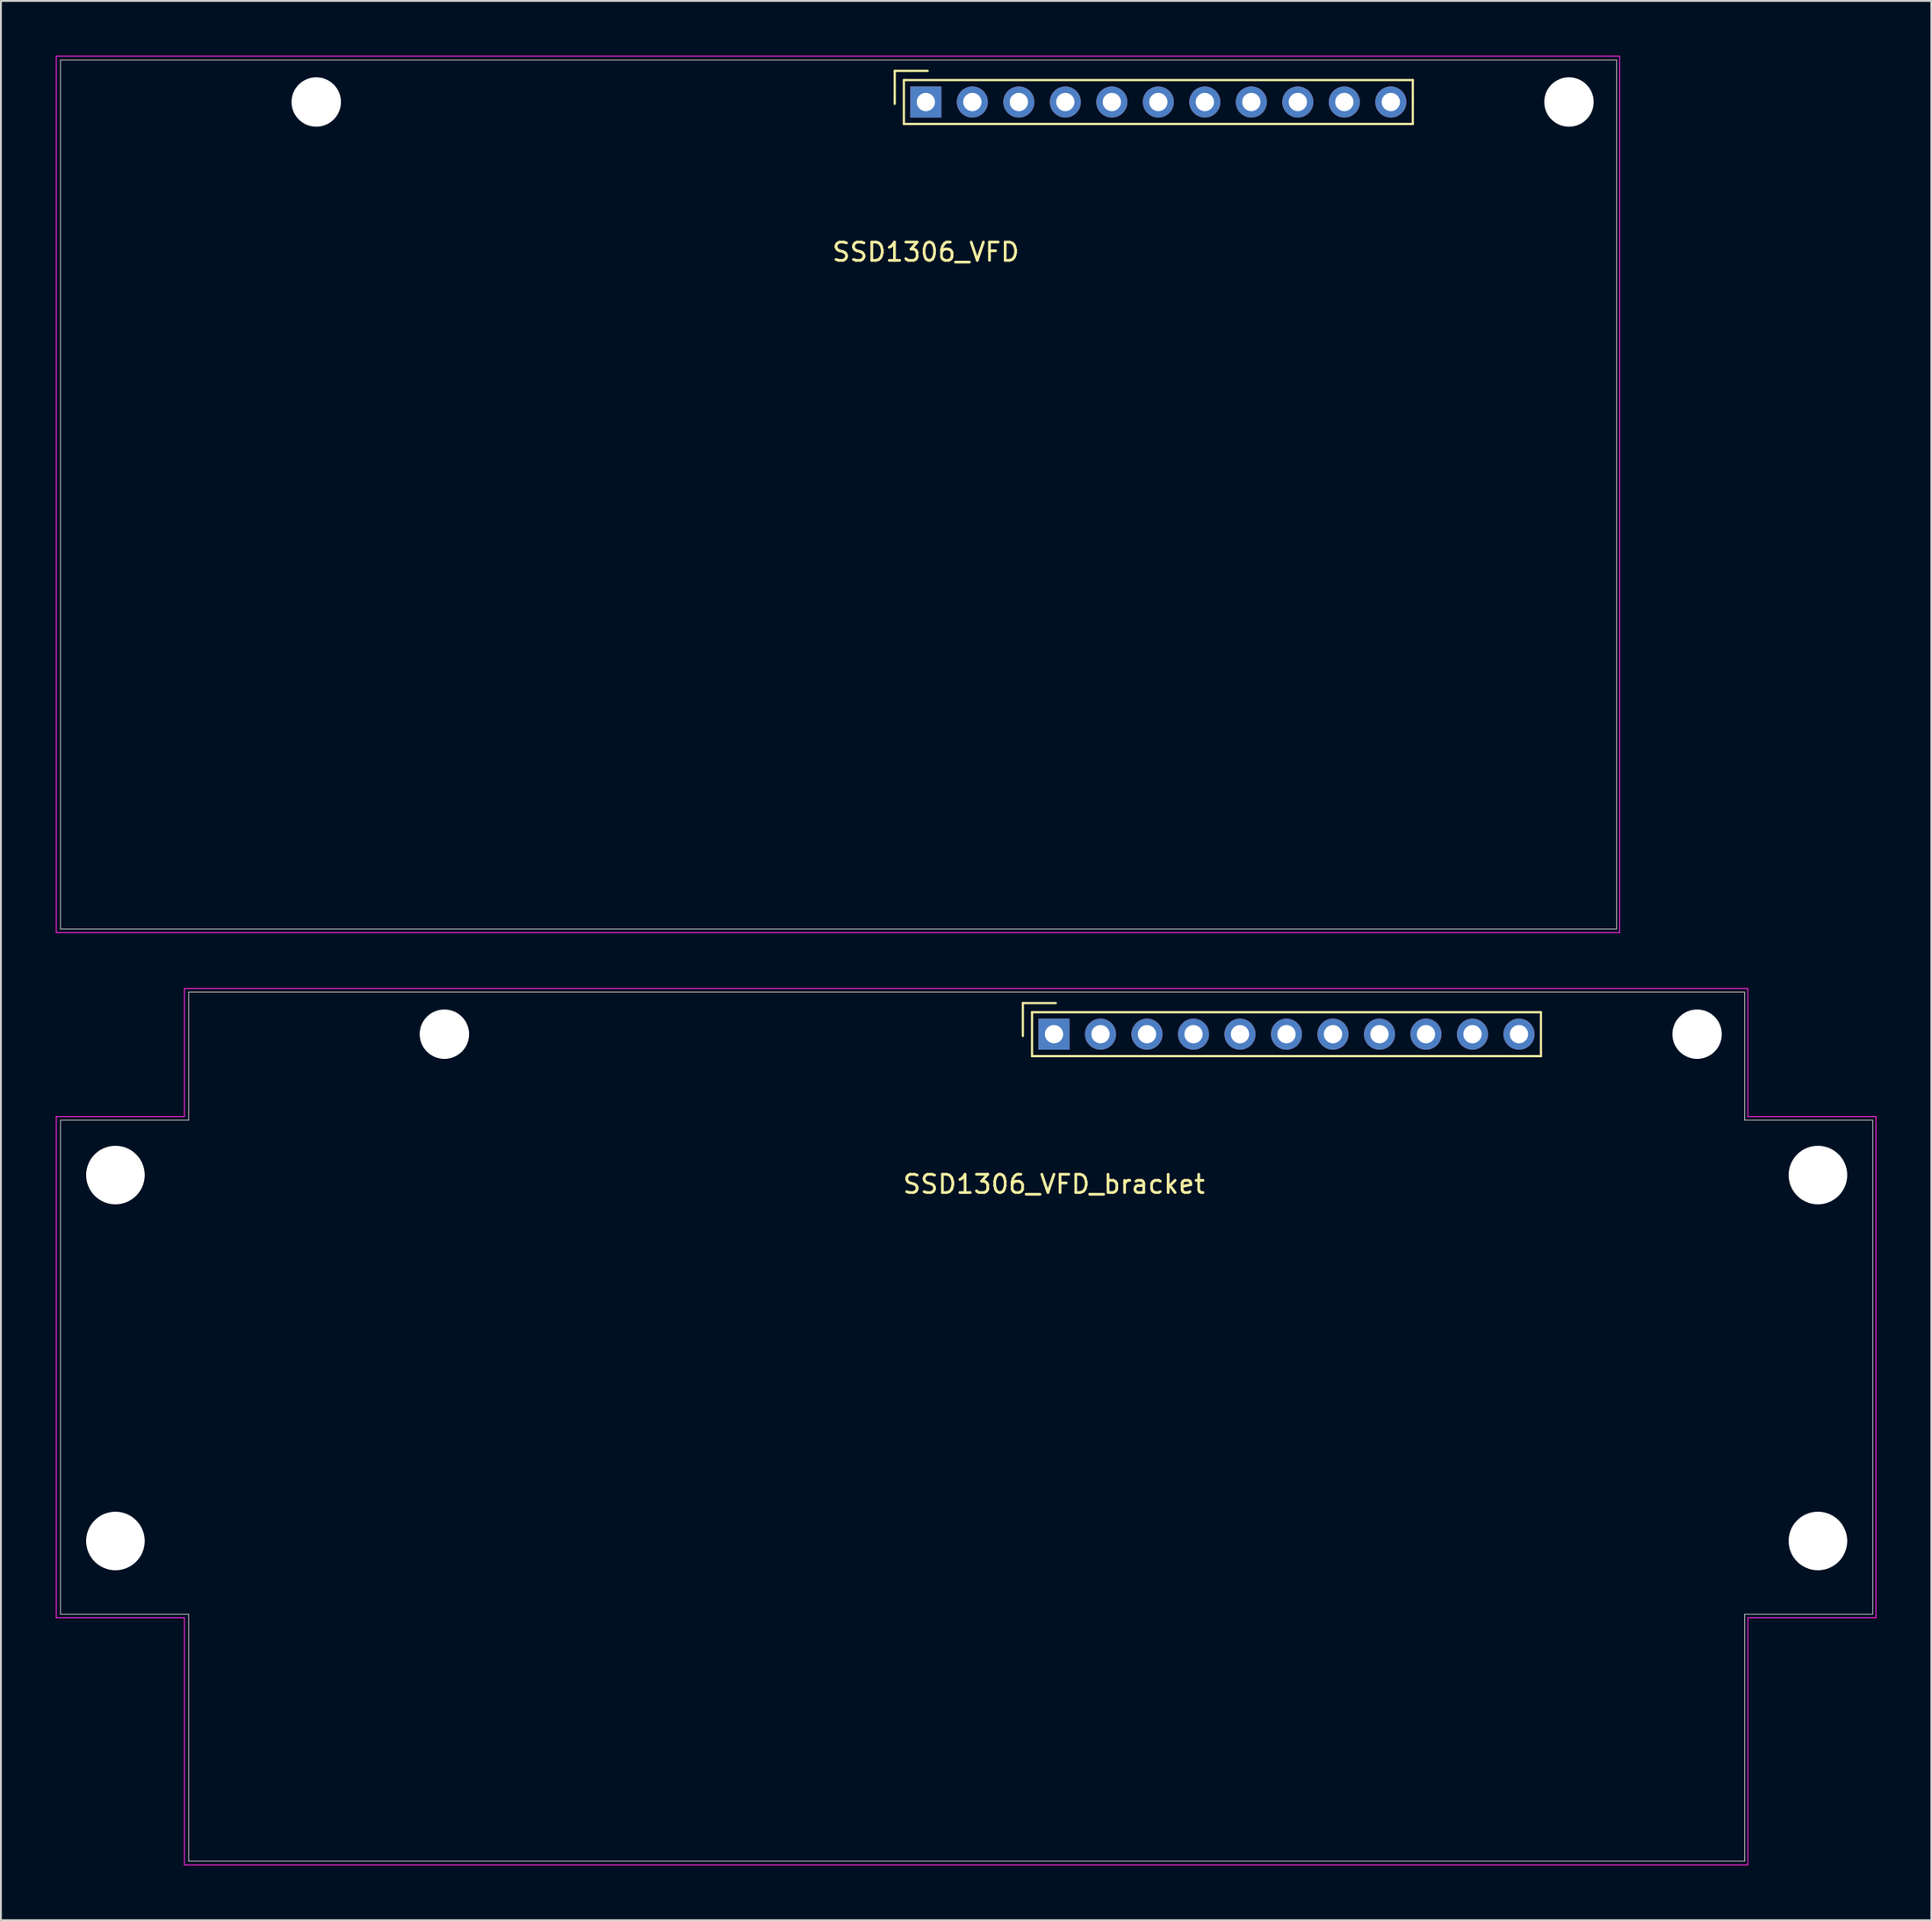
<source format=kicad_pcb>
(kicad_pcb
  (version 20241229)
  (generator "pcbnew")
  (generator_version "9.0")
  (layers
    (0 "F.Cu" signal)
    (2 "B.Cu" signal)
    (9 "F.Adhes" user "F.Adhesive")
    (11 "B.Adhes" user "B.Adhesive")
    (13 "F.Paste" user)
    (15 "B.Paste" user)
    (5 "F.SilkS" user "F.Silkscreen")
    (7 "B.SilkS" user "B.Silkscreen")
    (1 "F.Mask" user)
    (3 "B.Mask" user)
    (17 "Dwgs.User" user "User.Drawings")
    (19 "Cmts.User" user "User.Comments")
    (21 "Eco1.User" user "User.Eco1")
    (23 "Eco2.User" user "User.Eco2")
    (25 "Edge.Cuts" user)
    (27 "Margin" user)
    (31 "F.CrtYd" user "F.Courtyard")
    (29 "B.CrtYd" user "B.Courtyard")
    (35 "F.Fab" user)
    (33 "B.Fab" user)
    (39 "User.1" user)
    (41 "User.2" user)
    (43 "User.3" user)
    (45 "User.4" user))
  (footprint "SSD1306_VFD_bracket"
    (layer "F.Cu")
    (at 54.525 53.475)
    (property "Reference" "SSD1306_VFD_bracket" (at 0 8.2 0) (layer "F.SilkS") (effects (font (size 1 1) (thickness 0.15))))
    (attr through_hole)
    (fp_line (start -1.7 -1.7) (end 0.1 -1.7) (stroke (width 0.12) (type solid)) (layer "F.SilkS"))
    (fp_line (start -1.7 0.1) (end -1.7 -1.7) (stroke (width 0.12) (type solid)) (layer "F.SilkS"))
    (fp_line (start -1.2 -1.2) (end 26.6 -1.2) (stroke (width 0.12) (type solid)) (layer "F.SilkS"))
    (fp_line (start -1.2 1.2) (end -1.2 -1.2) (stroke (width 0.12) (type solid)) (layer "F.SilkS"))
    (fp_line (start 26.6 -1.2) (end 26.6 1.2) (stroke (width 0.12) (type solid)) (layer "F.SilkS"))
    (fp_line (start 26.6 1.2) (end -1.2 1.2) (stroke (width 0.12) (type solid)) (layer "F.SilkS"))
    (fp_line (start -54.5 4.5) (end -47.5 4.5) (stroke (width 0.05) (type solid)) (layer "F.CrtYd"))
    (fp_line (start -54.5 31.9) (end -54.5 4.5) (stroke (width 0.05) (type solid)) (layer "F.CrtYd"))
    (fp_line (start -47.5 -2.5) (end 37.9 -2.5) (stroke (width 0.05) (type solid)) (layer "F.CrtYd"))
    (fp_line (start -47.5 4.5) (end -47.5 -2.5) (stroke (width 0.05) (type solid)) (layer "F.CrtYd"))
    (fp_line (start -47.5 31.9) (end -54.5 31.9) (stroke (width 0.05) (type solid)) (layer "F.CrtYd"))
    (fp_line (start -47.5 45.4) (end -47.5 31.9) (stroke (width 0.05) (type solid)) (layer "F.CrtYd"))
    (fp_line (start 37.9 -2.5) (end 37.9 4.5) (stroke (width 0.05) (type solid)) (layer "F.CrtYd"))
    (fp_line (start 37.9 4.5) (end 44.9 4.5) (stroke (width 0.05) (type solid)) (layer "F.CrtYd"))
    (fp_line (start 37.9 31.9) (end 37.9 45.4) (stroke (width 0.05) (type solid)) (layer "F.CrtYd"))
    (fp_line (start 37.9 45.4) (end -47.5 45.4) (stroke (width 0.05) (type solid)) (layer "F.CrtYd"))
    (fp_line (start 44.9 4.5) (end 44.9 31.9) (stroke (width 0.05) (type solid)) (layer "F.CrtYd"))
    (fp_line (start 44.9 31.9) (end 37.9 31.9) (stroke (width 0.05) (type solid)) (layer "F.CrtYd"))
    (fp_line (start -54.27 4.7) (end -54.27 31.7) (stroke (width 0.05) (type solid)) (layer "F.Fab"))
    (fp_line (start -54.27 4.7) (end -47.27 4.7) (stroke (width 0.05) (type solid)) (layer "F.Fab"))
    (fp_line (start -54.27 31.7) (end -47.27 31.7) (stroke (width 0.05) (type solid)) (layer "F.Fab"))
    (fp_line (start -47.27 -2.3) (end -47.27 4.7) (stroke (width 0.05) (type solid)) (layer "F.Fab"))
    (fp_line (start -47.27 31.7) (end -47.27 45.2) (stroke (width 0.05) (type solid)) (layer "F.Fab"))
    (fp_line (start -47.27 45.2) (end 37.73 45.2) (stroke (width 0.05) (type solid)) (layer "F.Fab"))
    (fp_line (start 37.73 -2.3) (end -47.27 -2.3) (stroke (width 0.05) (type solid)) (layer "F.Fab"))
    (fp_line (start 37.73 -2.3) (end 37.73 4.7) (stroke (width 0.05) (type solid)) (layer "F.Fab"))
    (fp_line (start 37.73 31.7) (end 37.73 45.2) (stroke (width 0.05) (type solid)) (layer "F.Fab"))
    (fp_line (start 44.73 4.7) (end 37.73 4.7) (stroke (width 0.05) (type solid)) (layer "F.Fab"))
    (fp_line (start 44.73 31.7) (end 37.73 31.7) (stroke (width 0.05) (type solid)) (layer "F.Fab"))
    (fp_line (start 44.73 31.7) (end 44.73 4.7) (stroke (width 0.05) (type solid)) (layer "F.Fab"))
    (pad "" np_thru_hole circle (at -51.27 7.7 180) (size 3.2 3.2) (drill 3.2) (layers "*.Cu" "*.Mask"))
    (pad "" np_thru_hole circle (at -51.27 27.7 180) (size 3.2 3.2) (drill 3.2) (layers "*.Cu" "*.Mask"))
    (pad "" np_thru_hole circle (at -33.3 0 180) (size 2.7 2.7) (drill 2.7) (layers "*.Cu" "*.Mask"))
    (pad "" np_thru_hole circle (at 35.13 0 180) (size 2.7 2.7) (drill 2.7) (layers "*.Cu" "*.Mask"))
    (pad "" np_thru_hole circle (at 41.73 7.7 180) (size 3.2 3.2) (drill 3.2) (layers "*.Cu" "*.Mask"))
    (pad "" np_thru_hole circle (at 41.73 27.7 180) (size 3.2 3.2) (drill 3.2) (layers "*.Cu" "*.Mask"))
    (pad "1" thru_hole rect (at 0 0 180) (size 1.7 1.7) (drill 1) (layers "*.Cu" "*.Mask"))
    (pad "2" thru_hole circle (at 2.54 0 180) (size 1.7 1.7) (drill 1) (layers "*.Cu" "*.Mask"))
    (pad "3" thru_hole circle (at 5.08 0 180) (size 1.7 1.7) (drill 1) (layers "*.Cu" "*.Mask"))
    (pad "4" thru_hole circle (at 7.62 0 180) (size 1.7 1.7) (drill 1) (layers "*.Cu" "*.Mask"))
    (pad "5" thru_hole circle (at 10.16 0 180) (size 1.7 1.7) (drill 1) (layers "*.Cu" "*.Mask"))
    (pad "6" thru_hole circle (at 12.7 0 180) (size 1.7 1.7) (drill 1) (layers "*.Cu" "*.Mask"))
    (pad "7" thru_hole circle (at 15.24 0 180) (size 1.7 1.7) (drill 1) (layers "*.Cu" "*.Mask"))
    (pad "8" thru_hole circle (at 17.78 0 180) (size 1.7 1.7) (drill 1) (layers "*.Cu" "*.Mask"))
    (pad "9" thru_hole circle (at 20.32 0 180) (size 1.7 1.7) (drill 1) (layers "*.Cu" "*.Mask"))
    (pad "10" thru_hole circle (at 22.86 0 180) (size 1.7 1.7) (drill 1) (layers "*.Cu" "*.Mask"))
    (pad "11" thru_hole circle (at 25.4 0 180) (size 1.7 1.7) (drill 1) (layers "*.Cu" "*.Mask")))
  (footprint "SSD1306_VFD"
    (layer "F.Cu")
    (at 47.525 2.525)
    (property "Reference" "SSD1306_VFD" (at 0 8.2 0) (layer "F.SilkS") (effects (font (size 1 1) (thickness 0.15))))
    (attr through_hole)
    (fp_line (start -1.7 -1.7) (end 0.1 -1.7) (stroke (width 0.12) (type solid)) (layer "F.SilkS"))
    (fp_line (start -1.7 0.1) (end -1.7 -1.7) (stroke (width 0.12) (type solid)) (layer "F.SilkS"))
    (fp_line (start -1.2 -1.2) (end 26.6 -1.2) (stroke (width 0.12) (type solid)) (layer "F.SilkS"))
    (fp_line (start -1.2 1.2) (end -1.2 -1.2) (stroke (width 0.12) (type solid)) (layer "F.SilkS"))
    (fp_line (start 26.6 -1.2) (end 26.6 1.2) (stroke (width 0.12) (type solid)) (layer "F.SilkS"))
    (fp_line (start 26.6 1.2) (end -1.2 1.2) (stroke (width 0.12) (type solid)) (layer "F.SilkS"))
    (fp_line (start -47.5 -2.5) (end 37.9 -2.5) (stroke (width 0.05) (type solid)) (layer "F.CrtYd"))
    (fp_line (start -47.5 45.4) (end -47.5 -2.5) (stroke (width 0.05) (type solid)) (layer "F.CrtYd"))
    (fp_line (start 37.9 -2.5) (end 37.9 45.4) (stroke (width 0.05) (type solid)) (layer "F.CrtYd"))
    (fp_line (start 37.9 45.4) (end -47.5 45.4) (stroke (width 0.05) (type solid)) (layer "F.CrtYd"))
    (fp_line (start -47.27 -2.3) (end -47.27 45.2) (stroke (width 0.05) (type solid)) (layer "F.Fab"))
    (fp_line (start -47.27 45.2) (end 37.73 45.2) (stroke (width 0.05) (type solid)) (layer "F.Fab"))
    (fp_line (start 37.73 -2.3) (end -47.27 -2.3) (stroke (width 0.05) (type solid)) (layer "F.Fab"))
    (fp_line (start 37.73 -2.3) (end 37.73 45.2) (stroke (width 0.05) (type solid)) (layer "F.Fab"))
    (pad "" np_thru_hole circle (at -33.3 0 180) (size 2.7 2.7) (drill 2.7) (layers "*.Cu" "*.Mask"))
    (pad "" np_thru_hole circle (at 35.13 0 180) (size 2.7 2.7) (drill 2.7) (layers "*.Cu" "*.Mask"))
    (pad "1" thru_hole rect (at 0 0 180) (size 1.7 1.7) (drill 1) (layers "*.Cu" "*.Mask"))
    (pad "2" thru_hole circle (at 2.54 0 180) (size 1.7 1.7) (drill 1) (layers "*.Cu" "*.Mask"))
    (pad "3" thru_hole circle (at 5.08 0 180) (size 1.7 1.7) (drill 1) (layers "*.Cu" "*.Mask"))
    (pad "4" thru_hole circle (at 7.62 0 180) (size 1.7 1.7) (drill 1) (layers "*.Cu" "*.Mask"))
    (pad "5" thru_hole circle (at 10.16 0 180) (size 1.7 1.7) (drill 1) (layers "*.Cu" "*.Mask"))
    (pad "6" thru_hole circle (at 12.7 0 180) (size 1.7 1.7) (drill 1) (layers "*.Cu" "*.Mask"))
    (pad "7" thru_hole circle (at 15.24 0 180) (size 1.7 1.7) (drill 1) (layers "*.Cu" "*.Mask"))
    (pad "8" thru_hole circle (at 17.78 0 180) (size 1.7 1.7) (drill 1) (layers "*.Cu" "*.Mask"))
    (pad "9" thru_hole circle (at 20.32 0 180) (size 1.7 1.7) (drill 1) (layers "*.Cu" "*.Mask"))
    (pad "10" thru_hole circle (at 22.86 0 180) (size 1.7 1.7) (drill 1) (layers "*.Cu" "*.Mask"))
    (pad "11" thru_hole circle (at 25.4 0 180) (size 1.7 1.7) (drill 1) (layers "*.Cu" "*.Mask")))
  (gr_rect
    (start -3 -3)
    (end 102.45 101.9)
    (stroke (width 0.1) (type default))
    (fill no)
    (layer "Edge.Cuts")))
</source>
